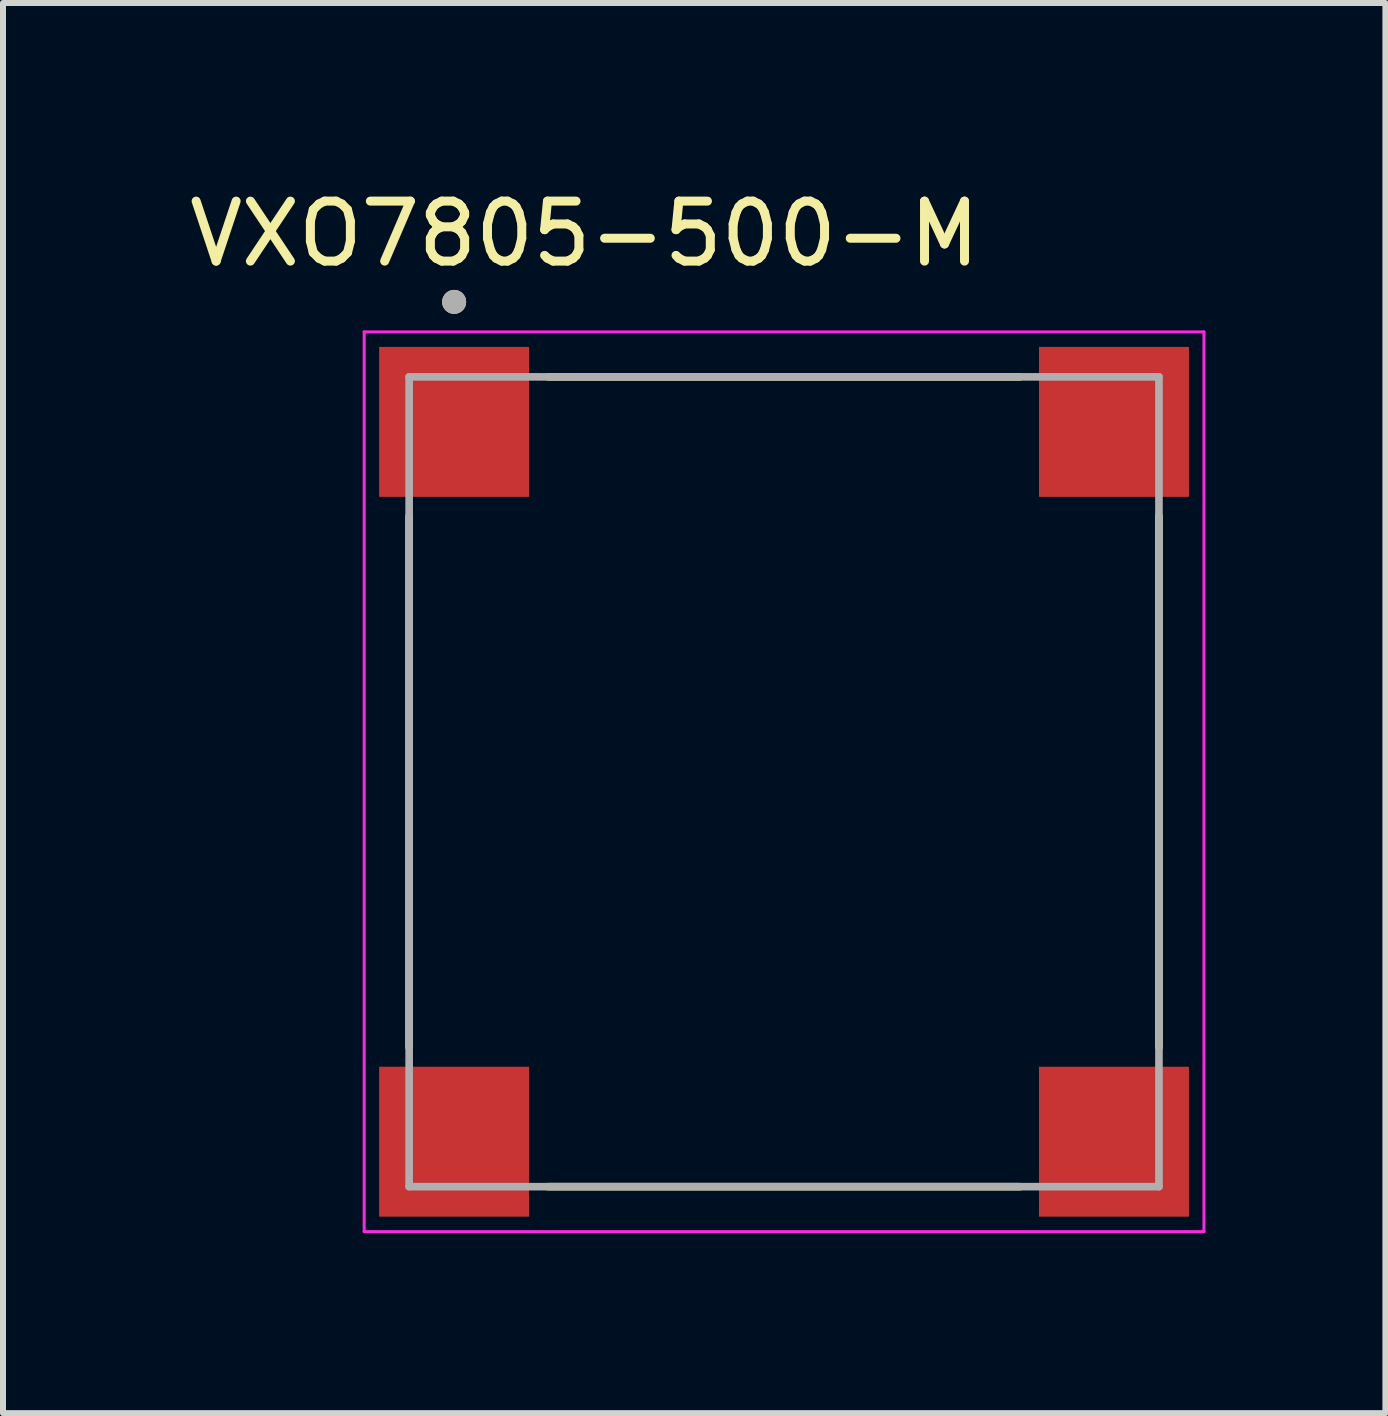
<source format=kicad_pcb>
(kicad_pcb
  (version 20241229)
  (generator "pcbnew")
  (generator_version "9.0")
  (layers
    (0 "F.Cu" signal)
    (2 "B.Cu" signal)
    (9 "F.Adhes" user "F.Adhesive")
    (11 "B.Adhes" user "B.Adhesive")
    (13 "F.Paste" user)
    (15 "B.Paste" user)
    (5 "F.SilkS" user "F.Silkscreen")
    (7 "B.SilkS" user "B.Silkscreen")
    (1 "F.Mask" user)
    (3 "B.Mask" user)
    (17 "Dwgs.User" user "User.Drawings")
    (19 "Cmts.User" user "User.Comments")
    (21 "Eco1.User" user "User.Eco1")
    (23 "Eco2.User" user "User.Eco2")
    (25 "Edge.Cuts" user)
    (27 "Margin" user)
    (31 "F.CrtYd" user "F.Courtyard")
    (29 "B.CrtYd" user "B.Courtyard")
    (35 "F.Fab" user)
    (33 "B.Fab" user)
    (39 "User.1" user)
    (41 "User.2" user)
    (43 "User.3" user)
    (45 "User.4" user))
  (footprint "VXO7805-500-M"
    (layer "F.Cu")
    (at 10.021 9.983)
    (property "Reference" "VXO7805-500-M" (at -3.325 -9.135 0) (layer "F.SilkS") (effects (font (size 1 1) (thickness 0.15))))
    (attr through_hole)
    (fp_line (start -6.25 4.43) (end -6.25 -4.43) (stroke (width 0.127) (type solid)) (layer "F.SilkS"))
    (fp_line (start -3.93 -6.75) (end 3.93 -6.75) (stroke (width 0.127) (type solid)) (layer "F.SilkS"))
    (fp_line (start 3.93 6.75) (end -3.93 6.75) (stroke (width 0.127) (type solid)) (layer "F.SilkS"))
    (fp_line (start 6.25 -4.43) (end 6.25 4.43) (stroke (width 0.127) (type solid)) (layer "F.SilkS"))
    (fp_circle (center -5.5 -8) (end -5.4 -8) (stroke (width 0.2) (type solid)) (fill no) (layer "F.SilkS"))
    (fp_line (start -7 -7.5) (end 7 -7.5) (stroke (width 0.05) (type solid)) (layer "F.CrtYd"))
    (fp_line (start -7 7.5) (end -7 -7.5) (stroke (width 0.05) (type solid)) (layer "F.CrtYd"))
    (fp_line (start 7 -7.5) (end 7 7.5) (stroke (width 0.05) (type solid)) (layer "F.CrtYd"))
    (fp_line (start 7 7.5) (end -7 7.5) (stroke (width 0.05) (type solid)) (layer "F.CrtYd"))
    (fp_line (start -6.25 -6.75) (end 6.25 -6.75) (stroke (width 0.127) (type solid)) (layer "F.Fab"))
    (fp_line (start -6.25 6.75) (end -6.25 -6.75) (stroke (width 0.127) (type solid)) (layer "F.Fab"))
    (fp_line (start 6.25 -6.75) (end 6.25 6.75) (stroke (width 0.127) (type solid)) (layer "F.Fab"))
    (fp_line (start 6.25 6.75) (end -6.25 6.75) (stroke (width 0.127) (type solid)) (layer "F.Fab"))
    (fp_circle (center -5.5 -8) (end -5.4 -8) (stroke (width 0.2) (type solid)) (fill no) (layer "F.Fab"))
    (pad "1" smd rect (at -5.5 -6) (size 2.5 2.5) (layers "F.Cu" "F.Mask" "F.Paste"))
    (pad "2" smd rect (at 5.5 -6) (size 2.5 2.5) (layers "F.Cu" "F.Mask" "F.Paste"))
    (pad "3" smd rect (at 5.5 6) (size 2.5 2.5) (layers "F.Cu" "F.Mask" "F.Paste"))
    (pad "4" smd rect (at -5.5 6) (size 2.5 2.5) (layers "F.Cu" "F.Mask" "F.Paste")))
  (gr_rect
    (start -3 -3)
    (end 20.046 20.508)
    (stroke (width 0.1) (type default))
    (fill no)
    (layer "Edge.Cuts")))
</source>
